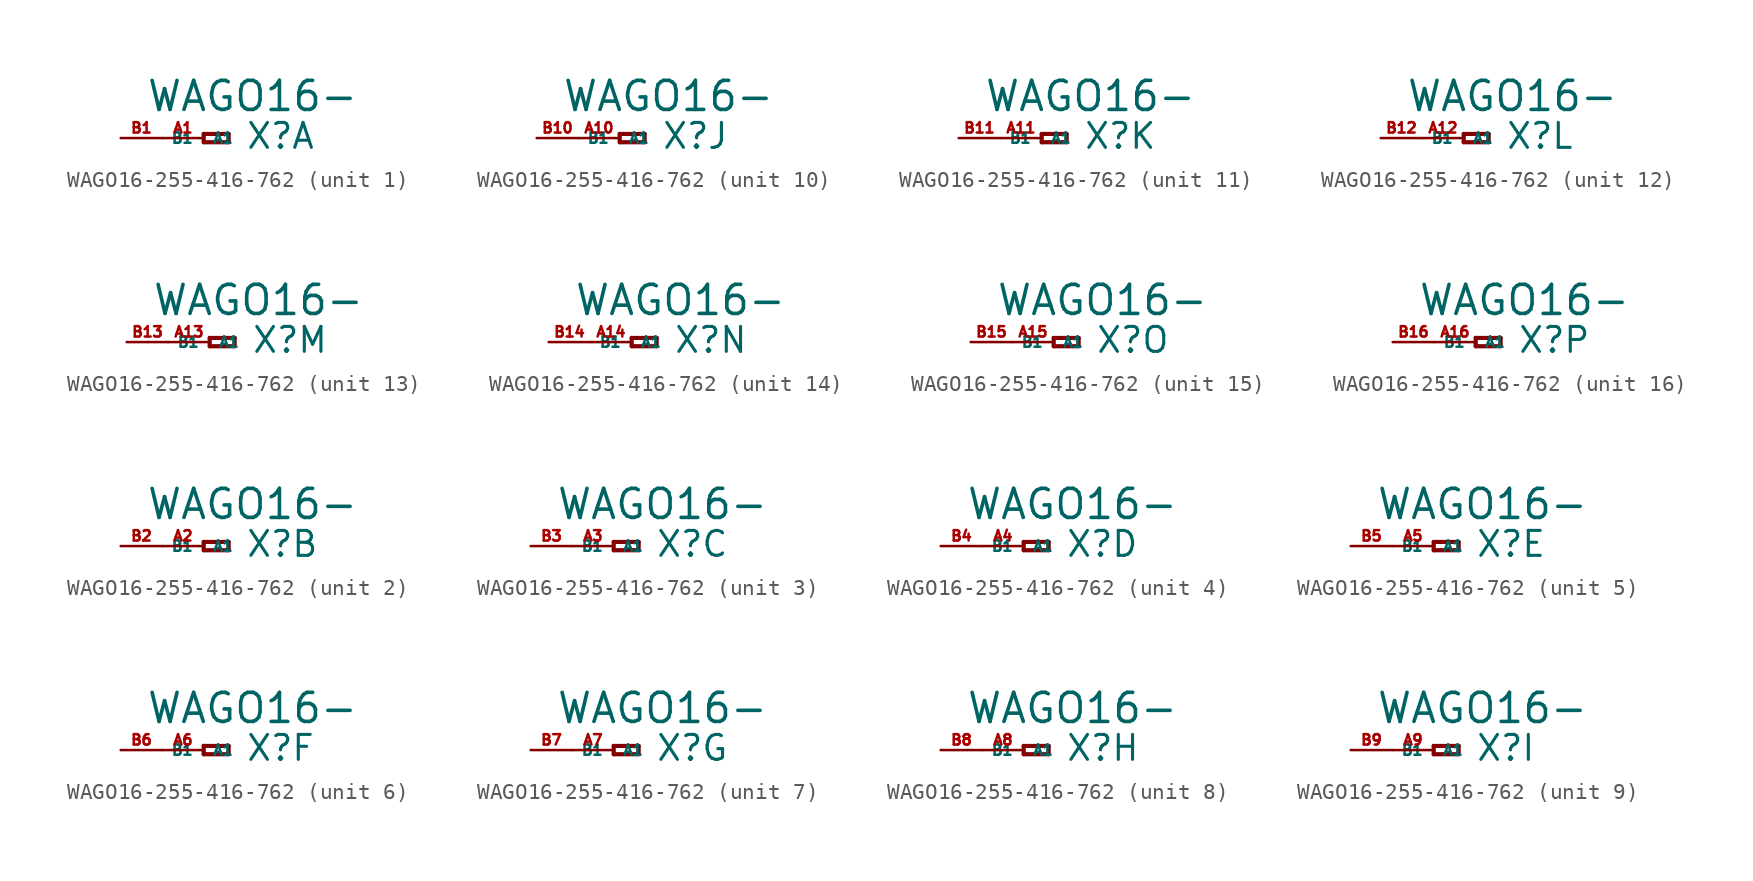
<source format=kicad_sym>
(kicad_symbol_lib
  (version 20220914)
  (generator Eagle2Kicad)
  (symbol "WAGO16-255-416-762"
    (property "Reference" "X"
      (at 2.54 -0.762 0)
      (effects (font (size 1.524 1.524) (thickness 0.19)) (justify left bottom)))
    (property "Value" "WAGO16-"
      (at -3.556 1.524 0)
      (effects (font (size 1.778 1.778) (thickness 0.22)) (justify left bottom)))
    (symbol "WAGO16-255-416-762_1_0"
      (polyline (pts (xy 0 0.254) (xy 0 -0.254)) (stroke (width 0.254) (type default)) (fill (type none)))
      (polyline (pts (xy 0 -0.254) (xy 1.524 -0.254)) (stroke (width 0.254) (type default)) (fill (type none)))
      (polyline (pts (xy 1.524 -0.254) (xy 1.524 0.254)) (stroke (width 0.254) (type default)) (fill (type none)))
      (polyline (pts (xy 1.524 0.254) (xy 0 0.254)) (stroke (width 0.254) (type default)) (fill (type none)))
      (pin passive line (at -2.54 0 0) (length 2.54) (name "A1" (effects (font (size 0.635 0.635) (thickness 0.08)) (justify left bottom))) (number "A1" (effects (font (size 0.635 0.635) (thickness 0.08)) (justify left bottom))))
      (pin passive line (at -5.08 0 0) (length 2.54) (name "B1" (effects (font (size 0.635 0.635) (thickness 0.08)) (justify left bottom))) (number "B1" (effects (font (size 0.635 0.635) (thickness 0.08)) (justify left bottom)))))
    (symbol "WAGO16-255-416-762_2_0"
      (polyline (pts (xy 0 0.254) (xy 0 -0.254)) (stroke (width 0.254) (type default)) (fill (type none)))
      (polyline (pts (xy 0 -0.254) (xy 1.524 -0.254)) (stroke (width 0.254) (type default)) (fill (type none)))
      (polyline (pts (xy 1.524 -0.254) (xy 1.524 0.254)) (stroke (width 0.254) (type default)) (fill (type none)))
      (polyline (pts (xy 1.524 0.254) (xy 0 0.254)) (stroke (width 0.254) (type default)) (fill (type none)))
      (pin passive line (at -2.54 0 0) (length 2.54) (name "A1" (effects (font (size 0.635 0.635) (thickness 0.08)) (justify left bottom))) (number "A2" (effects (font (size 0.635 0.635) (thickness 0.08)) (justify left bottom))))
      (pin passive line (at -5.08 0 0) (length 2.54) (name "B1" (effects (font (size 0.635 0.635) (thickness 0.08)) (justify left bottom))) (number "B2" (effects (font (size 0.635 0.635) (thickness 0.08)) (justify left bottom)))))
    (symbol "WAGO16-255-416-762_3_0"
      (polyline (pts (xy 0 0.254) (xy 0 -0.254)) (stroke (width 0.254) (type default)) (fill (type none)))
      (polyline (pts (xy 0 -0.254) (xy 1.524 -0.254)) (stroke (width 0.254) (type default)) (fill (type none)))
      (polyline (pts (xy 1.524 -0.254) (xy 1.524 0.254)) (stroke (width 0.254) (type default)) (fill (type none)))
      (polyline (pts (xy 1.524 0.254) (xy 0 0.254)) (stroke (width 0.254) (type default)) (fill (type none)))
      (pin passive line (at -2.54 0 0) (length 2.54) (name "A1" (effects (font (size 0.635 0.635) (thickness 0.08)) (justify left bottom))) (number "A3" (effects (font (size 0.635 0.635) (thickness 0.08)) (justify left bottom))))
      (pin passive line (at -5.08 0 0) (length 2.54) (name "B1" (effects (font (size 0.635 0.635) (thickness 0.08)) (justify left bottom))) (number "B3" (effects (font (size 0.635 0.635) (thickness 0.08)) (justify left bottom)))))
    (symbol "WAGO16-255-416-762_4_0"
      (polyline (pts (xy 0 0.254) (xy 0 -0.254)) (stroke (width 0.254) (type default)) (fill (type none)))
      (polyline (pts (xy 0 -0.254) (xy 1.524 -0.254)) (stroke (width 0.254) (type default)) (fill (type none)))
      (polyline (pts (xy 1.524 -0.254) (xy 1.524 0.254)) (stroke (width 0.254) (type default)) (fill (type none)))
      (polyline (pts (xy 1.524 0.254) (xy 0 0.254)) (stroke (width 0.254) (type default)) (fill (type none)))
      (pin passive line (at -2.54 0 0) (length 2.54) (name "A1" (effects (font (size 0.635 0.635) (thickness 0.08)) (justify left bottom))) (number "A4" (effects (font (size 0.635 0.635) (thickness 0.08)) (justify left bottom))))
      (pin passive line (at -5.08 0 0) (length 2.54) (name "B1" (effects (font (size 0.635 0.635) (thickness 0.08)) (justify left bottom))) (number "B4" (effects (font (size 0.635 0.635) (thickness 0.08)) (justify left bottom)))))
    (symbol "WAGO16-255-416-762_5_0"
      (polyline (pts (xy 0 0.254) (xy 0 -0.254)) (stroke (width 0.254) (type default)) (fill (type none)))
      (polyline (pts (xy 0 -0.254) (xy 1.524 -0.254)) (stroke (width 0.254) (type default)) (fill (type none)))
      (polyline (pts (xy 1.524 -0.254) (xy 1.524 0.254)) (stroke (width 0.254) (type default)) (fill (type none)))
      (polyline (pts (xy 1.524 0.254) (xy 0 0.254)) (stroke (width 0.254) (type default)) (fill (type none)))
      (pin passive line (at -2.54 0 0) (length 2.54) (name "A1" (effects (font (size 0.635 0.635) (thickness 0.08)) (justify left bottom))) (number "A5" (effects (font (size 0.635 0.635) (thickness 0.08)) (justify left bottom))))
      (pin passive line (at -5.08 0 0) (length 2.54) (name "B1" (effects (font (size 0.635 0.635) (thickness 0.08)) (justify left bottom))) (number "B5" (effects (font (size 0.635 0.635) (thickness 0.08)) (justify left bottom)))))
    (symbol "WAGO16-255-416-762_6_0"
      (polyline (pts (xy 0 0.254) (xy 0 -0.254)) (stroke (width 0.254) (type default)) (fill (type none)))
      (polyline (pts (xy 0 -0.254) (xy 1.524 -0.254)) (stroke (width 0.254) (type default)) (fill (type none)))
      (polyline (pts (xy 1.524 -0.254) (xy 1.524 0.254)) (stroke (width 0.254) (type default)) (fill (type none)))
      (polyline (pts (xy 1.524 0.254) (xy 0 0.254)) (stroke (width 0.254) (type default)) (fill (type none)))
      (pin passive line (at -2.54 0 0) (length 2.54) (name "A1" (effects (font (size 0.635 0.635) (thickness 0.08)) (justify left bottom))) (number "A6" (effects (font (size 0.635 0.635) (thickness 0.08)) (justify left bottom))))
      (pin passive line (at -5.08 0 0) (length 2.54) (name "B1" (effects (font (size 0.635 0.635) (thickness 0.08)) (justify left bottom))) (number "B6" (effects (font (size 0.635 0.635) (thickness 0.08)) (justify left bottom)))))
    (symbol "WAGO16-255-416-762_7_0"
      (polyline (pts (xy 0 0.254) (xy 0 -0.254)) (stroke (width 0.254) (type default)) (fill (type none)))
      (polyline (pts (xy 0 -0.254) (xy 1.524 -0.254)) (stroke (width 0.254) (type default)) (fill (type none)))
      (polyline (pts (xy 1.524 -0.254) (xy 1.524 0.254)) (stroke (width 0.254) (type default)) (fill (type none)))
      (polyline (pts (xy 1.524 0.254) (xy 0 0.254)) (stroke (width 0.254) (type default)) (fill (type none)))
      (pin passive line (at -2.54 0 0) (length 2.54) (name "A1" (effects (font (size 0.635 0.635) (thickness 0.08)) (justify left bottom))) (number "A7" (effects (font (size 0.635 0.635) (thickness 0.08)) (justify left bottom))))
      (pin passive line (at -5.08 0 0) (length 2.54) (name "B1" (effects (font (size 0.635 0.635) (thickness 0.08)) (justify left bottom))) (number "B7" (effects (font (size 0.635 0.635) (thickness 0.08)) (justify left bottom)))))
    (symbol "WAGO16-255-416-762_8_0"
      (polyline (pts (xy 0 0.254) (xy 0 -0.254)) (stroke (width 0.254) (type default)) (fill (type none)))
      (polyline (pts (xy 0 -0.254) (xy 1.524 -0.254)) (stroke (width 0.254) (type default)) (fill (type none)))
      (polyline (pts (xy 1.524 -0.254) (xy 1.524 0.254)) (stroke (width 0.254) (type default)) (fill (type none)))
      (polyline (pts (xy 1.524 0.254) (xy 0 0.254)) (stroke (width 0.254) (type default)) (fill (type none)))
      (pin passive line (at -2.54 0 0) (length 2.54) (name "A1" (effects (font (size 0.635 0.635) (thickness 0.08)) (justify left bottom))) (number "A8" (effects (font (size 0.635 0.635) (thickness 0.08)) (justify left bottom))))
      (pin passive line (at -5.08 0 0) (length 2.54) (name "B1" (effects (font (size 0.635 0.635) (thickness 0.08)) (justify left bottom))) (number "B8" (effects (font (size 0.635 0.635) (thickness 0.08)) (justify left bottom)))))
    (symbol "WAGO16-255-416-762_9_0"
      (polyline (pts (xy 0 0.254) (xy 0 -0.254)) (stroke (width 0.254) (type default)) (fill (type none)))
      (polyline (pts (xy 0 -0.254) (xy 1.524 -0.254)) (stroke (width 0.254) (type default)) (fill (type none)))
      (polyline (pts (xy 1.524 -0.254) (xy 1.524 0.254)) (stroke (width 0.254) (type default)) (fill (type none)))
      (polyline (pts (xy 1.524 0.254) (xy 0 0.254)) (stroke (width 0.254) (type default)) (fill (type none)))
      (pin passive line (at -2.54 0 0) (length 2.54) (name "A1" (effects (font (size 0.635 0.635) (thickness 0.08)) (justify left bottom))) (number "A9" (effects (font (size 0.635 0.635) (thickness 0.08)) (justify left bottom))))
      (pin passive line (at -5.08 0 0) (length 2.54) (name "B1" (effects (font (size 0.635 0.635) (thickness 0.08)) (justify left bottom))) (number "B9" (effects (font (size 0.635 0.635) (thickness 0.08)) (justify left bottom)))))
    (symbol "WAGO16-255-416-762_10_0"
      (polyline (pts (xy 0 0.254) (xy 0 -0.254)) (stroke (width 0.254) (type default)) (fill (type none)))
      (polyline (pts (xy 0 -0.254) (xy 1.524 -0.254)) (stroke (width 0.254) (type default)) (fill (type none)))
      (polyline (pts (xy 1.524 -0.254) (xy 1.524 0.254)) (stroke (width 0.254) (type default)) (fill (type none)))
      (polyline (pts (xy 1.524 0.254) (xy 0 0.254)) (stroke (width 0.254) (type default)) (fill (type none)))
      (pin passive line (at -2.54 0 0) (length 2.54) (name "A1" (effects (font (size 0.635 0.635) (thickness 0.08)) (justify left bottom))) (number "A10" (effects (font (size 0.635 0.635) (thickness 0.08)) (justify left bottom))))
      (pin passive line (at -5.08 0 0) (length 2.54) (name "B1" (effects (font (size 0.635 0.635) (thickness 0.08)) (justify left bottom))) (number "B10" (effects (font (size 0.635 0.635) (thickness 0.08)) (justify left bottom)))))
    (symbol "WAGO16-255-416-762_11_0"
      (polyline (pts (xy 0 0.254) (xy 0 -0.254)) (stroke (width 0.254) (type default)) (fill (type none)))
      (polyline (pts (xy 0 -0.254) (xy 1.524 -0.254)) (stroke (width 0.254) (type default)) (fill (type none)))
      (polyline (pts (xy 1.524 -0.254) (xy 1.524 0.254)) (stroke (width 0.254) (type default)) (fill (type none)))
      (polyline (pts (xy 1.524 0.254) (xy 0 0.254)) (stroke (width 0.254) (type default)) (fill (type none)))
      (pin passive line (at -2.54 0 0) (length 2.54) (name "A1" (effects (font (size 0.635 0.635) (thickness 0.08)) (justify left bottom))) (number "A11" (effects (font (size 0.635 0.635) (thickness 0.08)) (justify left bottom))))
      (pin passive line (at -5.08 0 0) (length 2.54) (name "B1" (effects (font (size 0.635 0.635) (thickness 0.08)) (justify left bottom))) (number "B11" (effects (font (size 0.635 0.635) (thickness 0.08)) (justify left bottom)))))
    (symbol "WAGO16-255-416-762_12_0"
      (polyline (pts (xy 0 0.254) (xy 0 -0.254)) (stroke (width 0.254) (type default)) (fill (type none)))
      (polyline (pts (xy 0 -0.254) (xy 1.524 -0.254)) (stroke (width 0.254) (type default)) (fill (type none)))
      (polyline (pts (xy 1.524 -0.254) (xy 1.524 0.254)) (stroke (width 0.254) (type default)) (fill (type none)))
      (polyline (pts (xy 1.524 0.254) (xy 0 0.254)) (stroke (width 0.254) (type default)) (fill (type none)))
      (pin passive line (at -2.54 0 0) (length 2.54) (name "A1" (effects (font (size 0.635 0.635) (thickness 0.08)) (justify left bottom))) (number "A12" (effects (font (size 0.635 0.635) (thickness 0.08)) (justify left bottom))))
      (pin passive line (at -5.08 0 0) (length 2.54) (name "B1" (effects (font (size 0.635 0.635) (thickness 0.08)) (justify left bottom))) (number "B12" (effects (font (size 0.635 0.635) (thickness 0.08)) (justify left bottom)))))
    (symbol "WAGO16-255-416-762_13_0"
      (polyline (pts (xy 0 0.254) (xy 0 -0.254)) (stroke (width 0.254) (type default)) (fill (type none)))
      (polyline (pts (xy 0 -0.254) (xy 1.524 -0.254)) (stroke (width 0.254) (type default)) (fill (type none)))
      (polyline (pts (xy 1.524 -0.254) (xy 1.524 0.254)) (stroke (width 0.254) (type default)) (fill (type none)))
      (polyline (pts (xy 1.524 0.254) (xy 0 0.254)) (stroke (width 0.254) (type default)) (fill (type none)))
      (pin passive line (at -2.54 0 0) (length 2.54) (name "A1" (effects (font (size 0.635 0.635) (thickness 0.08)) (justify left bottom))) (number "A13" (effects (font (size 0.635 0.635) (thickness 0.08)) (justify left bottom))))
      (pin passive line (at -5.08 0 0) (length 2.54) (name "B1" (effects (font (size 0.635 0.635) (thickness 0.08)) (justify left bottom))) (number "B13" (effects (font (size 0.635 0.635) (thickness 0.08)) (justify left bottom)))))
    (symbol "WAGO16-255-416-762_14_0"
      (polyline (pts (xy 0 0.254) (xy 0 -0.254)) (stroke (width 0.254) (type default)) (fill (type none)))
      (polyline (pts (xy 0 -0.254) (xy 1.524 -0.254)) (stroke (width 0.254) (type default)) (fill (type none)))
      (polyline (pts (xy 1.524 -0.254) (xy 1.524 0.254)) (stroke (width 0.254) (type default)) (fill (type none)))
      (polyline (pts (xy 1.524 0.254) (xy 0 0.254)) (stroke (width 0.254) (type default)) (fill (type none)))
      (pin passive line (at -2.54 0 0) (length 2.54) (name "A1" (effects (font (size 0.635 0.635) (thickness 0.08)) (justify left bottom))) (number "A14" (effects (font (size 0.635 0.635) (thickness 0.08)) (justify left bottom))))
      (pin passive line (at -5.08 0 0) (length 2.54) (name "B1" (effects (font (size 0.635 0.635) (thickness 0.08)) (justify left bottom))) (number "B14" (effects (font (size 0.635 0.635) (thickness 0.08)) (justify left bottom)))))
    (symbol "WAGO16-255-416-762_15_0"
      (polyline (pts (xy 0 0.254) (xy 0 -0.254)) (stroke (width 0.254) (type default)) (fill (type none)))
      (polyline (pts (xy 0 -0.254) (xy 1.524 -0.254)) (stroke (width 0.254) (type default)) (fill (type none)))
      (polyline (pts (xy 1.524 -0.254) (xy 1.524 0.254)) (stroke (width 0.254) (type default)) (fill (type none)))
      (polyline (pts (xy 1.524 0.254) (xy 0 0.254)) (stroke (width 0.254) (type default)) (fill (type none)))
      (pin passive line (at -2.54 0 0) (length 2.54) (name "A1" (effects (font (size 0.635 0.635) (thickness 0.08)) (justify left bottom))) (number "A15" (effects (font (size 0.635 0.635) (thickness 0.08)) (justify left bottom))))
      (pin passive line (at -5.08 0 0) (length 2.54) (name "B1" (effects (font (size 0.635 0.635) (thickness 0.08)) (justify left bottom))) (number "B15" (effects (font (size 0.635 0.635) (thickness 0.08)) (justify left bottom)))))
    (symbol "WAGO16-255-416-762_16_0"
      (polyline (pts (xy 0 0.254) (xy 0 -0.254)) (stroke (width 0.254) (type default)) (fill (type none)))
      (polyline (pts (xy 0 -0.254) (xy 1.524 -0.254)) (stroke (width 0.254) (type default)) (fill (type none)))
      (polyline (pts (xy 1.524 -0.254) (xy 1.524 0.254)) (stroke (width 0.254) (type default)) (fill (type none)))
      (polyline (pts (xy 1.524 0.254) (xy 0 0.254)) (stroke (width 0.254) (type default)) (fill (type none)))
      (pin passive line (at -2.54 0 0) (length 2.54) (name "A1" (effects (font (size 0.635 0.635) (thickness 0.08)) (justify left bottom))) (number "A16" (effects (font (size 0.635 0.635) (thickness 0.08)) (justify left bottom))))
      (pin passive line (at -5.08 0 0) (length 2.54) (name "B1" (effects (font (size 0.635 0.635) (thickness 0.08)) (justify left bottom))) (number "B16" (effects (font (size 0.635 0.635) (thickness 0.08)) (justify left bottom)))))))
</source>
